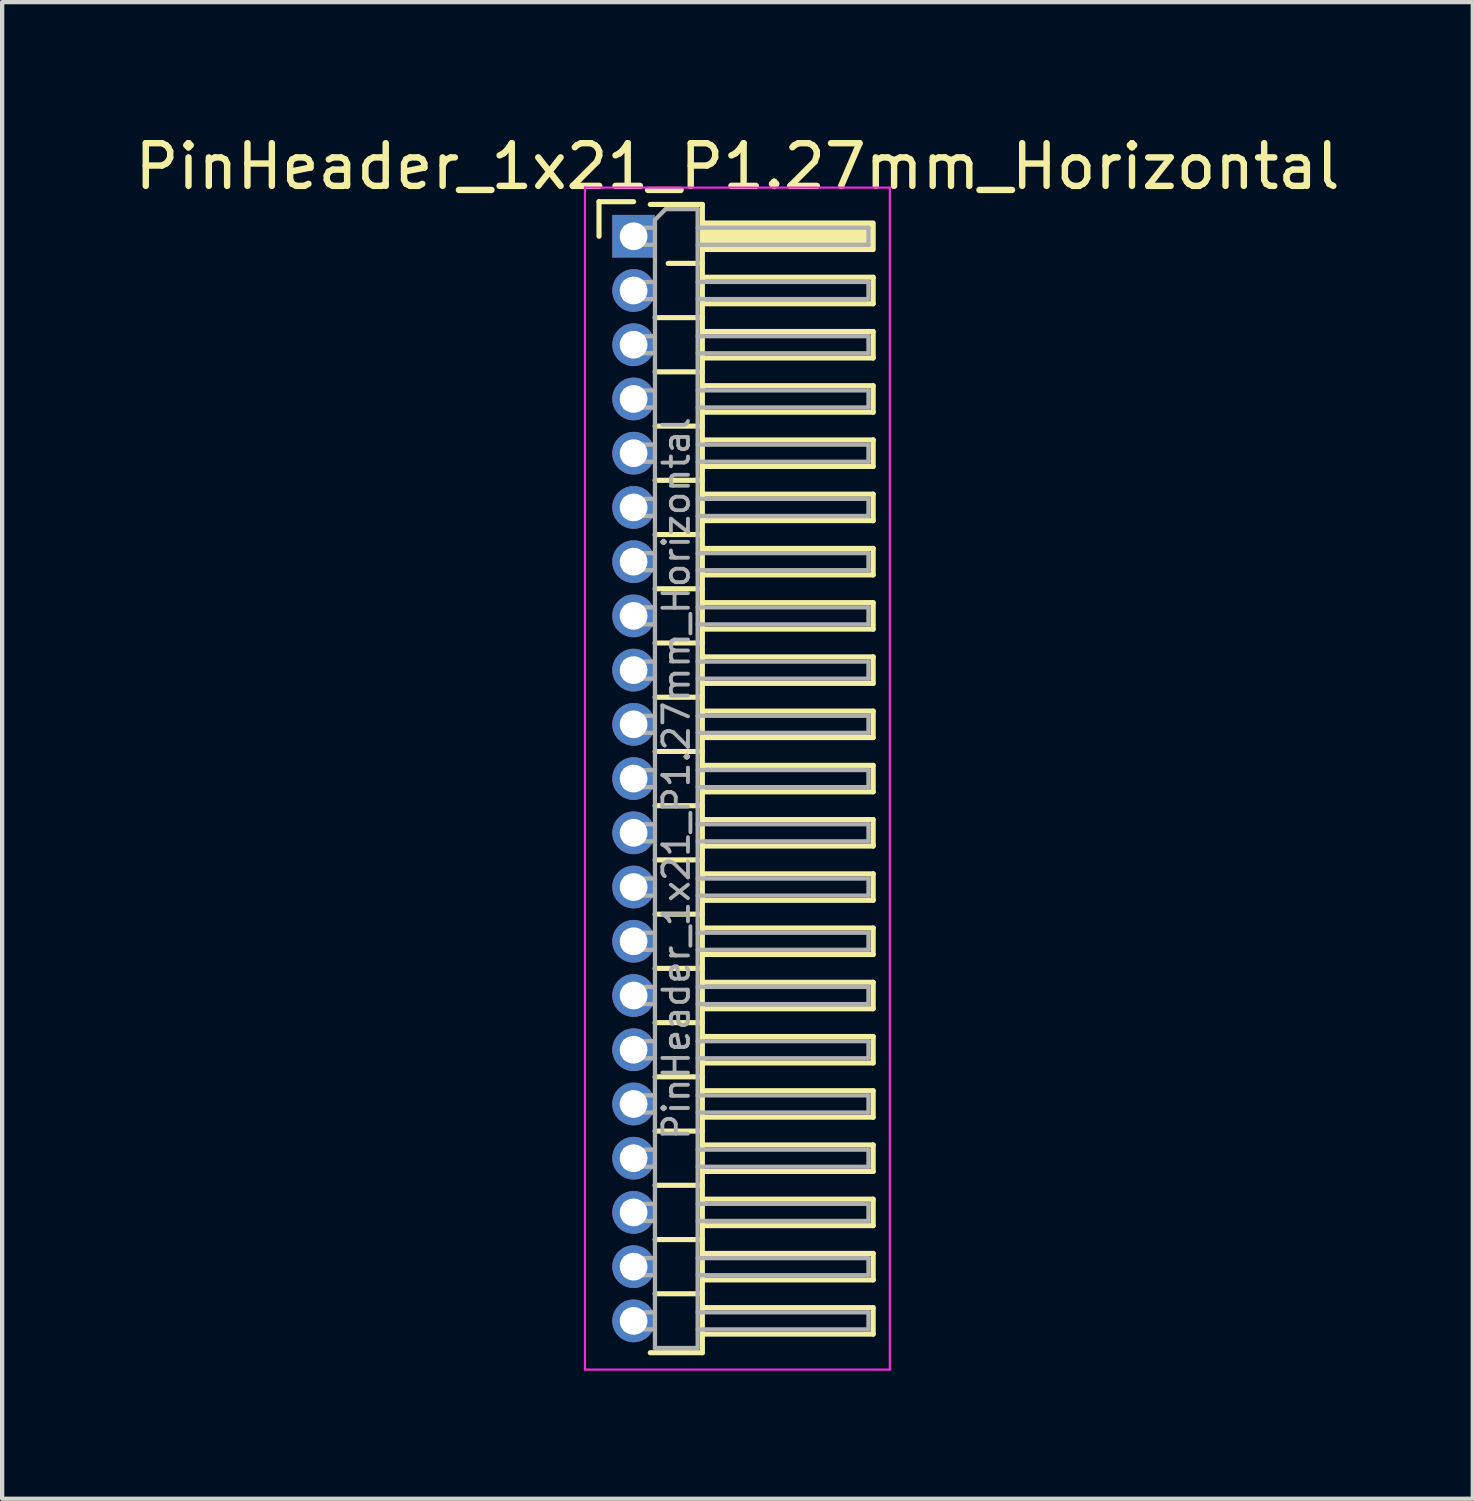
<source format=kicad_pcb>
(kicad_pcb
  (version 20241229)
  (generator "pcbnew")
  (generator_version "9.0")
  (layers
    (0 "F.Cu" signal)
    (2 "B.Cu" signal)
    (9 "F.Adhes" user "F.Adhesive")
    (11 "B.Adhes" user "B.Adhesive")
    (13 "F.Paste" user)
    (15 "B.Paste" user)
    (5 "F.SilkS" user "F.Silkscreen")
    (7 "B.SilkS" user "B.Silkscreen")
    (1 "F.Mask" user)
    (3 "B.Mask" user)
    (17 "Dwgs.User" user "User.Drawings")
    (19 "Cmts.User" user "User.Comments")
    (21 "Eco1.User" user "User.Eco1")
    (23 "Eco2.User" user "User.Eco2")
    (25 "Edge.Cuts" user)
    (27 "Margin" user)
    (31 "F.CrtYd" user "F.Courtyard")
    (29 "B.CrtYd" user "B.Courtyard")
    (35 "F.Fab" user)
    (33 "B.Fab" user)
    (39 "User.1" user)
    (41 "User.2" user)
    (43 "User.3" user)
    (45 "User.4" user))
  (footprint "PinHeader_1x21_P1.27mm_Horizontal"
    (layer "F.Cu")
    (at 11.788 2.483)
    (property "Reference" "PinHeader_1x21_P1.27mm_Horizontal" (at 2.433 -1.635 0) (layer "F.SilkS") (effects (font (size 1 1) (thickness 0.15))))
    (attr through_hole)
    (fp_line (start -0.81 -0.81) (end 0 -0.81) (stroke (width 0.12) (type solid)) (layer "F.SilkS"))
    (fp_line (start -0.81 0) (end -0.81 -0.81) (stroke (width 0.12) (type solid)) (layer "F.SilkS"))
    (fp_line (start 0.39 -0.745) (end 1.61 -0.745) (stroke (width 0.12) (type solid)) (layer "F.SilkS"))
    (fp_line (start 0.503 1.905) (end 1.61 1.905) (stroke (width 0.12) (type solid)) (layer "F.SilkS"))
    (fp_line (start 0.503 3.175) (end 1.61 3.175) (stroke (width 0.12) (type solid)) (layer "F.SilkS"))
    (fp_line (start 0.503 4.445) (end 1.61 4.445) (stroke (width 0.12) (type solid)) (layer "F.SilkS"))
    (fp_line (start 0.503 5.715) (end 1.61 5.715) (stroke (width 0.12) (type solid)) (layer "F.SilkS"))
    (fp_line (start 0.503 6.985) (end 1.61 6.985) (stroke (width 0.12) (type solid)) (layer "F.SilkS"))
    (fp_line (start 0.503 8.255) (end 1.61 8.255) (stroke (width 0.12) (type solid)) (layer "F.SilkS"))
    (fp_line (start 0.503 9.525) (end 1.61 9.525) (stroke (width 0.12) (type solid)) (layer "F.SilkS"))
    (fp_line (start 0.503 10.795) (end 1.61 10.795) (stroke (width 0.12) (type solid)) (layer "F.SilkS"))
    (fp_line (start 0.503 12.065) (end 1.61 12.065) (stroke (width 0.12) (type solid)) (layer "F.SilkS"))
    (fp_line (start 0.503 13.335) (end 1.61 13.335) (stroke (width 0.12) (type solid)) (layer "F.SilkS"))
    (fp_line (start 0.503 14.605) (end 1.61 14.605) (stroke (width 0.12) (type solid)) (layer "F.SilkS"))
    (fp_line (start 0.503 15.875) (end 1.61 15.875) (stroke (width 0.12) (type solid)) (layer "F.SilkS"))
    (fp_line (start 0.503 17.145) (end 1.61 17.145) (stroke (width 0.12) (type solid)) (layer "F.SilkS"))
    (fp_line (start 0.503 18.415) (end 1.61 18.415) (stroke (width 0.12) (type solid)) (layer "F.SilkS"))
    (fp_line (start 0.503 19.685) (end 1.61 19.685) (stroke (width 0.12) (type solid)) (layer "F.SilkS"))
    (fp_line (start 0.503 20.955) (end 1.61 20.955) (stroke (width 0.12) (type solid)) (layer "F.SilkS"))
    (fp_line (start 0.503 22.225) (end 1.61 22.225) (stroke (width 0.12) (type solid)) (layer "F.SilkS"))
    (fp_line (start 0.503 23.495) (end 1.61 23.495) (stroke (width 0.12) (type solid)) (layer "F.SilkS"))
    (fp_line (start 0.503 24.765) (end 1.61 24.765) (stroke (width 0.12) (type solid)) (layer "F.SilkS"))
    (fp_line (start 0.81 0.635) (end 1.61 0.635) (stroke (width 0.12) (type solid)) (layer "F.SilkS"))
    (fp_line (start 1.61 -0.745) (end 1.61 26.145) (stroke (width 0.12) (type solid)) (layer "F.SilkS"))
    (fp_line (start 1.61 0.96) (end 5.61 0.96) (stroke (width 0.12) (type solid)) (layer "F.SilkS"))
    (fp_line (start 1.61 2.23) (end 5.61 2.23) (stroke (width 0.12) (type solid)) (layer "F.SilkS"))
    (fp_line (start 1.61 3.5) (end 5.61 3.5) (stroke (width 0.12) (type solid)) (layer "F.SilkS"))
    (fp_line (start 1.61 4.77) (end 5.61 4.77) (stroke (width 0.12) (type solid)) (layer "F.SilkS"))
    (fp_line (start 1.61 6.04) (end 5.61 6.04) (stroke (width 0.12) (type solid)) (layer "F.SilkS"))
    (fp_line (start 1.61 7.31) (end 5.61 7.31) (stroke (width 0.12) (type solid)) (layer "F.SilkS"))
    (fp_line (start 1.61 8.58) (end 5.61 8.58) (stroke (width 0.12) (type solid)) (layer "F.SilkS"))
    (fp_line (start 1.61 9.85) (end 5.61 9.85) (stroke (width 0.12) (type solid)) (layer "F.SilkS"))
    (fp_line (start 1.61 11.12) (end 5.61 11.12) (stroke (width 0.12) (type solid)) (layer "F.SilkS"))
    (fp_line (start 1.61 12.39) (end 5.61 12.39) (stroke (width 0.12) (type solid)) (layer "F.SilkS"))
    (fp_line (start 1.61 13.66) (end 5.61 13.66) (stroke (width 0.12) (type solid)) (layer "F.SilkS"))
    (fp_line (start 1.61 14.93) (end 5.61 14.93) (stroke (width 0.12) (type solid)) (layer "F.SilkS"))
    (fp_line (start 1.61 16.2) (end 5.61 16.2) (stroke (width 0.12) (type solid)) (layer "F.SilkS"))
    (fp_line (start 1.61 17.47) (end 5.61 17.47) (stroke (width 0.12) (type solid)) (layer "F.SilkS"))
    (fp_line (start 1.61 18.74) (end 5.61 18.74) (stroke (width 0.12) (type solid)) (layer "F.SilkS"))
    (fp_line (start 1.61 20.01) (end 5.61 20.01) (stroke (width 0.12) (type solid)) (layer "F.SilkS"))
    (fp_line (start 1.61 21.28) (end 5.61 21.28) (stroke (width 0.12) (type solid)) (layer "F.SilkS"))
    (fp_line (start 1.61 22.55) (end 5.61 22.55) (stroke (width 0.12) (type solid)) (layer "F.SilkS"))
    (fp_line (start 1.61 23.82) (end 5.61 23.82) (stroke (width 0.12) (type solid)) (layer "F.SilkS"))
    (fp_line (start 1.61 25.09) (end 5.61 25.09) (stroke (width 0.12) (type solid)) (layer "F.SilkS"))
    (fp_line (start 1.61 26.145) (end 0.39 26.145) (stroke (width 0.12) (type solid)) (layer "F.SilkS"))
    (fp_line (start 5.61 0.96) (end 5.61 1.58) (stroke (width 0.12) (type solid)) (layer "F.SilkS"))
    (fp_line (start 5.61 1.58) (end 1.61 1.58) (stroke (width 0.12) (type solid)) (layer "F.SilkS"))
    (fp_line (start 5.61 2.23) (end 5.61 2.85) (stroke (width 0.12) (type solid)) (layer "F.SilkS"))
    (fp_line (start 5.61 2.85) (end 1.61 2.85) (stroke (width 0.12) (type solid)) (layer "F.SilkS"))
    (fp_line (start 5.61 3.5) (end 5.61 4.12) (stroke (width 0.12) (type solid)) (layer "F.SilkS"))
    (fp_line (start 5.61 4.12) (end 1.61 4.12) (stroke (width 0.12) (type solid)) (layer "F.SilkS"))
    (fp_line (start 5.61 4.77) (end 5.61 5.39) (stroke (width 0.12) (type solid)) (layer "F.SilkS"))
    (fp_line (start 5.61 5.39) (end 1.61 5.39) (stroke (width 0.12) (type solid)) (layer "F.SilkS"))
    (fp_line (start 5.61 6.04) (end 5.61 6.66) (stroke (width 0.12) (type solid)) (layer "F.SilkS"))
    (fp_line (start 5.61 6.66) (end 1.61 6.66) (stroke (width 0.12) (type solid)) (layer "F.SilkS"))
    (fp_line (start 5.61 7.31) (end 5.61 7.93) (stroke (width 0.12) (type solid)) (layer "F.SilkS"))
    (fp_line (start 5.61 7.93) (end 1.61 7.93) (stroke (width 0.12) (type solid)) (layer "F.SilkS"))
    (fp_line (start 5.61 8.58) (end 5.61 9.2) (stroke (width 0.12) (type solid)) (layer "F.SilkS"))
    (fp_line (start 5.61 9.2) (end 1.61 9.2) (stroke (width 0.12) (type solid)) (layer "F.SilkS"))
    (fp_line (start 5.61 9.85) (end 5.61 10.47) (stroke (width 0.12) (type solid)) (layer "F.SilkS"))
    (fp_line (start 5.61 10.47) (end 1.61 10.47) (stroke (width 0.12) (type solid)) (layer "F.SilkS"))
    (fp_line (start 5.61 11.12) (end 5.61 11.74) (stroke (width 0.12) (type solid)) (layer "F.SilkS"))
    (fp_line (start 5.61 11.74) (end 1.61 11.74) (stroke (width 0.12) (type solid)) (layer "F.SilkS"))
    (fp_line (start 5.61 12.39) (end 5.61 13.01) (stroke (width 0.12) (type solid)) (layer "F.SilkS"))
    (fp_line (start 5.61 13.01) (end 1.61 13.01) (stroke (width 0.12) (type solid)) (layer "F.SilkS"))
    (fp_line (start 5.61 13.66) (end 5.61 14.28) (stroke (width 0.12) (type solid)) (layer "F.SilkS"))
    (fp_line (start 5.61 14.28) (end 1.61 14.28) (stroke (width 0.12) (type solid)) (layer "F.SilkS"))
    (fp_line (start 5.61 14.93) (end 5.61 15.55) (stroke (width 0.12) (type solid)) (layer "F.SilkS"))
    (fp_line (start 5.61 15.55) (end 1.61 15.55) (stroke (width 0.12) (type solid)) (layer "F.SilkS"))
    (fp_line (start 5.61 16.2) (end 5.61 16.82) (stroke (width 0.12) (type solid)) (layer "F.SilkS"))
    (fp_line (start 5.61 16.82) (end 1.61 16.82) (stroke (width 0.12) (type solid)) (layer "F.SilkS"))
    (fp_line (start 5.61 17.47) (end 5.61 18.09) (stroke (width 0.12) (type solid)) (layer "F.SilkS"))
    (fp_line (start 5.61 18.09) (end 1.61 18.09) (stroke (width 0.12) (type solid)) (layer "F.SilkS"))
    (fp_line (start 5.61 18.74) (end 5.61 19.36) (stroke (width 0.12) (type solid)) (layer "F.SilkS"))
    (fp_line (start 5.61 19.36) (end 1.61 19.36) (stroke (width 0.12) (type solid)) (layer "F.SilkS"))
    (fp_line (start 5.61 20.01) (end 5.61 20.63) (stroke (width 0.12) (type solid)) (layer "F.SilkS"))
    (fp_line (start 5.61 20.63) (end 1.61 20.63) (stroke (width 0.12) (type solid)) (layer "F.SilkS"))
    (fp_line (start 5.61 21.28) (end 5.61 21.9) (stroke (width 0.12) (type solid)) (layer "F.SilkS"))
    (fp_line (start 5.61 21.9) (end 1.61 21.9) (stroke (width 0.12) (type solid)) (layer "F.SilkS"))
    (fp_line (start 5.61 22.55) (end 5.61 23.17) (stroke (width 0.12) (type solid)) (layer "F.SilkS"))
    (fp_line (start 5.61 23.17) (end 1.61 23.17) (stroke (width 0.12) (type solid)) (layer "F.SilkS"))
    (fp_line (start 5.61 23.82) (end 5.61 24.44) (stroke (width 0.12) (type solid)) (layer "F.SilkS"))
    (fp_line (start 5.61 24.44) (end 1.61 24.44) (stroke (width 0.12) (type solid)) (layer "F.SilkS"))
    (fp_line (start 5.61 25.09) (end 5.61 25.71) (stroke (width 0.12) (type solid)) (layer "F.SilkS"))
    (fp_line (start 5.61 25.71) (end 1.61 25.71) (stroke (width 0.12) (type solid)) (layer "F.SilkS"))
    (fp_rect (start 1.61 -0.31) (end 5.61 0.31) (stroke (width 0.12) (type solid)) (fill yes) (layer "F.SilkS"))
    (fp_line (start -1.14 -1.14) (end -1.14 26.54) (stroke (width 0.05) (type solid)) (layer "F.CrtYd"))
    (fp_line (start -1.14 26.54) (end 6 26.54) (stroke (width 0.05) (type solid)) (layer "F.CrtYd"))
    (fp_line (start 6 -1.14) (end -1.14 -1.14) (stroke (width 0.05) (type solid)) (layer "F.CrtYd"))
    (fp_line (start 6 26.54) (end 6 -1.14) (stroke (width 0.05) (type solid)) (layer "F.CrtYd"))
    (fp_line (start -0.2 -0.2) (end -0.2 0.2) (stroke (width 0.1) (type solid)) (layer "F.Fab"))
    (fp_line (start -0.2 -0.2) (end 0.5 -0.2) (stroke (width 0.1) (type solid)) (layer "F.Fab"))
    (fp_line (start -0.2 0.2) (end 0.5 0.2) (stroke (width 0.1) (type solid)) (layer "F.Fab"))
    (fp_line (start -0.2 1.07) (end -0.2 1.47) (stroke (width 0.1) (type solid)) (layer "F.Fab"))
    (fp_line (start -0.2 1.07) (end 0.5 1.07) (stroke (width 0.1) (type solid)) (layer "F.Fab"))
    (fp_line (start -0.2 1.47) (end 0.5 1.47) (stroke (width 0.1) (type solid)) (layer "F.Fab"))
    (fp_line (start -0.2 2.34) (end -0.2 2.74) (stroke (width 0.1) (type solid)) (layer "F.Fab"))
    (fp_line (start -0.2 2.34) (end 0.5 2.34) (stroke (width 0.1) (type solid)) (layer "F.Fab"))
    (fp_line (start -0.2 2.74) (end 0.5 2.74) (stroke (width 0.1) (type solid)) (layer "F.Fab"))
    (fp_line (start -0.2 3.61) (end -0.2 4.01) (stroke (width 0.1) (type solid)) (layer "F.Fab"))
    (fp_line (start -0.2 3.61) (end 0.5 3.61) (stroke (width 0.1) (type solid)) (layer "F.Fab"))
    (fp_line (start -0.2 4.01) (end 0.5 4.01) (stroke (width 0.1) (type solid)) (layer "F.Fab"))
    (fp_line (start -0.2 4.88) (end -0.2 5.28) (stroke (width 0.1) (type solid)) (layer "F.Fab"))
    (fp_line (start -0.2 4.88) (end 0.5 4.88) (stroke (width 0.1) (type solid)) (layer "F.Fab"))
    (fp_line (start -0.2 5.28) (end 0.5 5.28) (stroke (width 0.1) (type solid)) (layer "F.Fab"))
    (fp_line (start -0.2 6.15) (end -0.2 6.55) (stroke (width 0.1) (type solid)) (layer "F.Fab"))
    (fp_line (start -0.2 6.15) (end 0.5 6.15) (stroke (width 0.1) (type solid)) (layer "F.Fab"))
    (fp_line (start -0.2 6.55) (end 0.5 6.55) (stroke (width 0.1) (type solid)) (layer "F.Fab"))
    (fp_line (start -0.2 7.42) (end -0.2 7.82) (stroke (width 0.1) (type solid)) (layer "F.Fab"))
    (fp_line (start -0.2 7.42) (end 0.5 7.42) (stroke (width 0.1) (type solid)) (layer "F.Fab"))
    (fp_line (start -0.2 7.82) (end 0.5 7.82) (stroke (width 0.1) (type solid)) (layer "F.Fab"))
    (fp_line (start -0.2 8.69) (end -0.2 9.09) (stroke (width 0.1) (type solid)) (layer "F.Fab"))
    (fp_line (start -0.2 8.69) (end 0.5 8.69) (stroke (width 0.1) (type solid)) (layer "F.Fab"))
    (fp_line (start -0.2 9.09) (end 0.5 9.09) (stroke (width 0.1) (type solid)) (layer "F.Fab"))
    (fp_line (start -0.2 9.96) (end -0.2 10.36) (stroke (width 0.1) (type solid)) (layer "F.Fab"))
    (fp_line (start -0.2 9.96) (end 0.5 9.96) (stroke (width 0.1) (type solid)) (layer "F.Fab"))
    (fp_line (start -0.2 10.36) (end 0.5 10.36) (stroke (width 0.1) (type solid)) (layer "F.Fab"))
    (fp_line (start -0.2 11.23) (end -0.2 11.63) (stroke (width 0.1) (type solid)) (layer "F.Fab"))
    (fp_line (start -0.2 11.23) (end 0.5 11.23) (stroke (width 0.1) (type solid)) (layer "F.Fab"))
    (fp_line (start -0.2 11.63) (end 0.5 11.63) (stroke (width 0.1) (type solid)) (layer "F.Fab"))
    (fp_line (start -0.2 12.5) (end -0.2 12.9) (stroke (width 0.1) (type solid)) (layer "F.Fab"))
    (fp_line (start -0.2 12.5) (end 0.5 12.5) (stroke (width 0.1) (type solid)) (layer "F.Fab"))
    (fp_line (start -0.2 12.9) (end 0.5 12.9) (stroke (width 0.1) (type solid)) (layer "F.Fab"))
    (fp_line (start -0.2 13.77) (end -0.2 14.17) (stroke (width 0.1) (type solid)) (layer "F.Fab"))
    (fp_line (start -0.2 13.77) (end 0.5 13.77) (stroke (width 0.1) (type solid)) (layer "F.Fab"))
    (fp_line (start -0.2 14.17) (end 0.5 14.17) (stroke (width 0.1) (type solid)) (layer "F.Fab"))
    (fp_line (start -0.2 15.04) (end -0.2 15.44) (stroke (width 0.1) (type solid)) (layer "F.Fab"))
    (fp_line (start -0.2 15.04) (end 0.5 15.04) (stroke (width 0.1) (type solid)) (layer "F.Fab"))
    (fp_line (start -0.2 15.44) (end 0.5 15.44) (stroke (width 0.1) (type solid)) (layer "F.Fab"))
    (fp_line (start -0.2 16.31) (end -0.2 16.71) (stroke (width 0.1) (type solid)) (layer "F.Fab"))
    (fp_line (start -0.2 16.31) (end 0.5 16.31) (stroke (width 0.1) (type solid)) (layer "F.Fab"))
    (fp_line (start -0.2 16.71) (end 0.5 16.71) (stroke (width 0.1) (type solid)) (layer "F.Fab"))
    (fp_line (start -0.2 17.58) (end -0.2 17.98) (stroke (width 0.1) (type solid)) (layer "F.Fab"))
    (fp_line (start -0.2 17.58) (end 0.5 17.58) (stroke (width 0.1) (type solid)) (layer "F.Fab"))
    (fp_line (start -0.2 17.98) (end 0.5 17.98) (stroke (width 0.1) (type solid)) (layer "F.Fab"))
    (fp_line (start -0.2 18.85) (end -0.2 19.25) (stroke (width 0.1) (type solid)) (layer "F.Fab"))
    (fp_line (start -0.2 18.85) (end 0.5 18.85) (stroke (width 0.1) (type solid)) (layer "F.Fab"))
    (fp_line (start -0.2 19.25) (end 0.5 19.25) (stroke (width 0.1) (type solid)) (layer "F.Fab"))
    (fp_line (start -0.2 20.12) (end -0.2 20.52) (stroke (width 0.1) (type solid)) (layer "F.Fab"))
    (fp_line (start -0.2 20.12) (end 0.5 20.12) (stroke (width 0.1) (type solid)) (layer "F.Fab"))
    (fp_line (start -0.2 20.52) (end 0.5 20.52) (stroke (width 0.1) (type solid)) (layer "F.Fab"))
    (fp_line (start -0.2 21.39) (end -0.2 21.79) (stroke (width 0.1) (type solid)) (layer "F.Fab"))
    (fp_line (start -0.2 21.39) (end 0.5 21.39) (stroke (width 0.1) (type solid)) (layer "F.Fab"))
    (fp_line (start -0.2 21.79) (end 0.5 21.79) (stroke (width 0.1) (type solid)) (layer "F.Fab"))
    (fp_line (start -0.2 22.66) (end -0.2 23.06) (stroke (width 0.1) (type solid)) (layer "F.Fab"))
    (fp_line (start -0.2 22.66) (end 0.5 22.66) (stroke (width 0.1) (type solid)) (layer "F.Fab"))
    (fp_line (start -0.2 23.06) (end 0.5 23.06) (stroke (width 0.1) (type solid)) (layer "F.Fab"))
    (fp_line (start -0.2 23.93) (end -0.2 24.33) (stroke (width 0.1) (type solid)) (layer "F.Fab"))
    (fp_line (start -0.2 23.93) (end 0.5 23.93) (stroke (width 0.1) (type solid)) (layer "F.Fab"))
    (fp_line (start -0.2 24.33) (end 0.5 24.33) (stroke (width 0.1) (type solid)) (layer "F.Fab"))
    (fp_line (start -0.2 25.2) (end -0.2 25.6) (stroke (width 0.1) (type solid)) (layer "F.Fab"))
    (fp_line (start -0.2 25.2) (end 0.5 25.2) (stroke (width 0.1) (type solid)) (layer "F.Fab"))
    (fp_line (start -0.2 25.6) (end 0.5 25.6) (stroke (width 0.1) (type solid)) (layer "F.Fab"))
    (fp_line (start 0.5 -0.385) (end 0.75 -0.635) (stroke (width 0.1) (type solid)) (layer "F.Fab"))
    (fp_line (start 0.5 26.035) (end 0.5 -0.385) (stroke (width 0.1) (type solid)) (layer "F.Fab"))
    (fp_line (start 0.75 -0.635) (end 1.5 -0.635) (stroke (width 0.1) (type solid)) (layer "F.Fab"))
    (fp_line (start 1.5 -0.635) (end 1.5 26.035) (stroke (width 0.1) (type solid)) (layer "F.Fab"))
    (fp_line (start 1.5 -0.2) (end 5.5 -0.2) (stroke (width 0.1) (type solid)) (layer "F.Fab"))
    (fp_line (start 1.5 0.2) (end 5.5 0.2) (stroke (width 0.1) (type solid)) (layer "F.Fab"))
    (fp_line (start 1.5 1.07) (end 5.5 1.07) (stroke (width 0.1) (type solid)) (layer "F.Fab"))
    (fp_line (start 1.5 1.47) (end 5.5 1.47) (stroke (width 0.1) (type solid)) (layer "F.Fab"))
    (fp_line (start 1.5 2.34) (end 5.5 2.34) (stroke (width 0.1) (type solid)) (layer "F.Fab"))
    (fp_line (start 1.5 2.74) (end 5.5 2.74) (stroke (width 0.1) (type solid)) (layer "F.Fab"))
    (fp_line (start 1.5 3.61) (end 5.5 3.61) (stroke (width 0.1) (type solid)) (layer "F.Fab"))
    (fp_line (start 1.5 4.01) (end 5.5 4.01) (stroke (width 0.1) (type solid)) (layer "F.Fab"))
    (fp_line (start 1.5 4.88) (end 5.5 4.88) (stroke (width 0.1) (type solid)) (layer "F.Fab"))
    (fp_line (start 1.5 5.28) (end 5.5 5.28) (stroke (width 0.1) (type solid)) (layer "F.Fab"))
    (fp_line (start 1.5 6.15) (end 5.5 6.15) (stroke (width 0.1) (type solid)) (layer "F.Fab"))
    (fp_line (start 1.5 6.55) (end 5.5 6.55) (stroke (width 0.1) (type solid)) (layer "F.Fab"))
    (fp_line (start 1.5 7.42) (end 5.5 7.42) (stroke (width 0.1) (type solid)) (layer "F.Fab"))
    (fp_line (start 1.5 7.82) (end 5.5 7.82) (stroke (width 0.1) (type solid)) (layer "F.Fab"))
    (fp_line (start 1.5 8.69) (end 5.5 8.69) (stroke (width 0.1) (type solid)) (layer "F.Fab"))
    (fp_line (start 1.5 9.09) (end 5.5 9.09) (stroke (width 0.1) (type solid)) (layer "F.Fab"))
    (fp_line (start 1.5 9.96) (end 5.5 9.96) (stroke (width 0.1) (type solid)) (layer "F.Fab"))
    (fp_line (start 1.5 10.36) (end 5.5 10.36) (stroke (width 0.1) (type solid)) (layer "F.Fab"))
    (fp_line (start 1.5 11.23) (end 5.5 11.23) (stroke (width 0.1) (type solid)) (layer "F.Fab"))
    (fp_line (start 1.5 11.63) (end 5.5 11.63) (stroke (width 0.1) (type solid)) (layer "F.Fab"))
    (fp_line (start 1.5 12.5) (end 5.5 12.5) (stroke (width 0.1) (type solid)) (layer "F.Fab"))
    (fp_line (start 1.5 12.9) (end 5.5 12.9) (stroke (width 0.1) (type solid)) (layer "F.Fab"))
    (fp_line (start 1.5 13.77) (end 5.5 13.77) (stroke (width 0.1) (type solid)) (layer "F.Fab"))
    (fp_line (start 1.5 14.17) (end 5.5 14.17) (stroke (width 0.1) (type solid)) (layer "F.Fab"))
    (fp_line (start 1.5 15.04) (end 5.5 15.04) (stroke (width 0.1) (type solid)) (layer "F.Fab"))
    (fp_line (start 1.5 15.44) (end 5.5 15.44) (stroke (width 0.1) (type solid)) (layer "F.Fab"))
    (fp_line (start 1.5 16.31) (end 5.5 16.31) (stroke (width 0.1) (type solid)) (layer "F.Fab"))
    (fp_line (start 1.5 16.71) (end 5.5 16.71) (stroke (width 0.1) (type solid)) (layer "F.Fab"))
    (fp_line (start 1.5 17.58) (end 5.5 17.58) (stroke (width 0.1) (type solid)) (layer "F.Fab"))
    (fp_line (start 1.5 17.98) (end 5.5 17.98) (stroke (width 0.1) (type solid)) (layer "F.Fab"))
    (fp_line (start 1.5 18.85) (end 5.5 18.85) (stroke (width 0.1) (type solid)) (layer "F.Fab"))
    (fp_line (start 1.5 19.25) (end 5.5 19.25) (stroke (width 0.1) (type solid)) (layer "F.Fab"))
    (fp_line (start 1.5 20.12) (end 5.5 20.12) (stroke (width 0.1) (type solid)) (layer "F.Fab"))
    (fp_line (start 1.5 20.52) (end 5.5 20.52) (stroke (width 0.1) (type solid)) (layer "F.Fab"))
    (fp_line (start 1.5 21.39) (end 5.5 21.39) (stroke (width 0.1) (type solid)) (layer "F.Fab"))
    (fp_line (start 1.5 21.79) (end 5.5 21.79) (stroke (width 0.1) (type solid)) (layer "F.Fab"))
    (fp_line (start 1.5 22.66) (end 5.5 22.66) (stroke (width 0.1) (type solid)) (layer "F.Fab"))
    (fp_line (start 1.5 23.06) (end 5.5 23.06) (stroke (width 0.1) (type solid)) (layer "F.Fab"))
    (fp_line (start 1.5 23.93) (end 5.5 23.93) (stroke (width 0.1) (type solid)) (layer "F.Fab"))
    (fp_line (start 1.5 24.33) (end 5.5 24.33) (stroke (width 0.1) (type solid)) (layer "F.Fab"))
    (fp_line (start 1.5 25.2) (end 5.5 25.2) (stroke (width 0.1) (type solid)) (layer "F.Fab"))
    (fp_line (start 1.5 25.6) (end 5.5 25.6) (stroke (width 0.1) (type solid)) (layer "F.Fab"))
    (fp_line (start 1.5 26.035) (end 0.5 26.035) (stroke (width 0.1) (type solid)) (layer "F.Fab"))
    (fp_line (start 5.5 -0.2) (end 5.5 0.2) (stroke (width 0.1) (type solid)) (layer "F.Fab"))
    (fp_line (start 5.5 1.07) (end 5.5 1.47) (stroke (width 0.1) (type solid)) (layer "F.Fab"))
    (fp_line (start 5.5 2.34) (end 5.5 2.74) (stroke (width 0.1) (type solid)) (layer "F.Fab"))
    (fp_line (start 5.5 3.61) (end 5.5 4.01) (stroke (width 0.1) (type solid)) (layer "F.Fab"))
    (fp_line (start 5.5 4.88) (end 5.5 5.28) (stroke (width 0.1) (type solid)) (layer "F.Fab"))
    (fp_line (start 5.5 6.15) (end 5.5 6.55) (stroke (width 0.1) (type solid)) (layer "F.Fab"))
    (fp_line (start 5.5 7.42) (end 5.5 7.82) (stroke (width 0.1) (type solid)) (layer "F.Fab"))
    (fp_line (start 5.5 8.69) (end 5.5 9.09) (stroke (width 0.1) (type solid)) (layer "F.Fab"))
    (fp_line (start 5.5 9.96) (end 5.5 10.36) (stroke (width 0.1) (type solid)) (layer "F.Fab"))
    (fp_line (start 5.5 11.23) (end 5.5 11.63) (stroke (width 0.1) (type solid)) (layer "F.Fab"))
    (fp_line (start 5.5 12.5) (end 5.5 12.9) (stroke (width 0.1) (type solid)) (layer "F.Fab"))
    (fp_line (start 5.5 13.77) (end 5.5 14.17) (stroke (width 0.1) (type solid)) (layer "F.Fab"))
    (fp_line (start 5.5 15.04) (end 5.5 15.44) (stroke (width 0.1) (type solid)) (layer "F.Fab"))
    (fp_line (start 5.5 16.31) (end 5.5 16.71) (stroke (width 0.1) (type solid)) (layer "F.Fab"))
    (fp_line (start 5.5 17.58) (end 5.5 17.98) (stroke (width 0.1) (type solid)) (layer "F.Fab"))
    (fp_line (start 5.5 18.85) (end 5.5 19.25) (stroke (width 0.1) (type solid)) (layer "F.Fab"))
    (fp_line (start 5.5 20.12) (end 5.5 20.52) (stroke (width 0.1) (type solid)) (layer "F.Fab"))
    (fp_line (start 5.5 21.39) (end 5.5 21.79) (stroke (width 0.1) (type solid)) (layer "F.Fab"))
    (fp_line (start 5.5 22.66) (end 5.5 23.06) (stroke (width 0.1) (type solid)) (layer "F.Fab"))
    (fp_line (start 5.5 23.93) (end 5.5 24.33) (stroke (width 0.1) (type solid)) (layer "F.Fab"))
    (fp_line (start 5.5 25.2) (end 5.5 25.6) (stroke (width 0.1) (type solid)) (layer "F.Fab"))
    (fp_text user "${REFERENCE}" (at 1 12.7 90) (layer "F.Fab") (effects (font (size 0.6 0.6) (thickness 0.09))))
    (pad "1" thru_hole rect (at 0 0) (size 1 1) (drill 0.65) (layers "*.Cu" "*.Mask"))
    (pad "2" thru_hole circle (at 0 1.27) (size 1 1) (drill 0.65) (layers "*.Cu" "*.Mask"))
    (pad "3" thru_hole circle (at 0 2.54) (size 1 1) (drill 0.65) (layers "*.Cu" "*.Mask"))
    (pad "4" thru_hole circle (at 0 3.81) (size 1 1) (drill 0.65) (layers "*.Cu" "*.Mask"))
    (pad "5" thru_hole circle (at 0 5.08) (size 1 1) (drill 0.65) (layers "*.Cu" "*.Mask"))
    (pad "6" thru_hole circle (at 0 6.35) (size 1 1) (drill 0.65) (layers "*.Cu" "*.Mask"))
    (pad "7" thru_hole circle (at 0 7.62) (size 1 1) (drill 0.65) (layers "*.Cu" "*.Mask"))
    (pad "8" thru_hole circle (at 0 8.89) (size 1 1) (drill 0.65) (layers "*.Cu" "*.Mask"))
    (pad "9" thru_hole circle (at 0 10.16) (size 1 1) (drill 0.65) (layers "*.Cu" "*.Mask"))
    (pad "10" thru_hole circle (at 0 11.43) (size 1 1) (drill 0.65) (layers "*.Cu" "*.Mask"))
    (pad "11" thru_hole circle (at 0 12.7) (size 1 1) (drill 0.65) (layers "*.Cu" "*.Mask"))
    (pad "12" thru_hole circle (at 0 13.97) (size 1 1) (drill 0.65) (layers "*.Cu" "*.Mask"))
    (pad "13" thru_hole circle (at 0 15.24) (size 1 1) (drill 0.65) (layers "*.Cu" "*.Mask"))
    (pad "14" thru_hole circle (at 0 16.51) (size 1 1) (drill 0.65) (layers "*.Cu" "*.Mask"))
    (pad "15" thru_hole circle (at 0 17.78) (size 1 1) (drill 0.65) (layers "*.Cu" "*.Mask"))
    (pad "16" thru_hole circle (at 0 19.05) (size 1 1) (drill 0.65) (layers "*.Cu" "*.Mask"))
    (pad "17" thru_hole circle (at 0 20.32) (size 1 1) (drill 0.65) (layers "*.Cu" "*.Mask"))
    (pad "18" thru_hole circle (at 0 21.59) (size 1 1) (drill 0.65) (layers "*.Cu" "*.Mask"))
    (pad "19" thru_hole circle (at 0 22.86) (size 1 1) (drill 0.65) (layers "*.Cu" "*.Mask"))
    (pad "20" thru_hole circle (at 0 24.13) (size 1 1) (drill 0.65) (layers "*.Cu" "*.Mask"))
    (pad "21" thru_hole circle (at 0 25.4) (size 1 1) (drill 0.65) (layers "*.Cu" "*.Mask")))
  (gr_rect
    (start -3 -3)
    (end 31.44 32.048)
    (stroke (width 0.1) (type default))
    (fill no)
    (layer "Edge.Cuts")))
</source>
